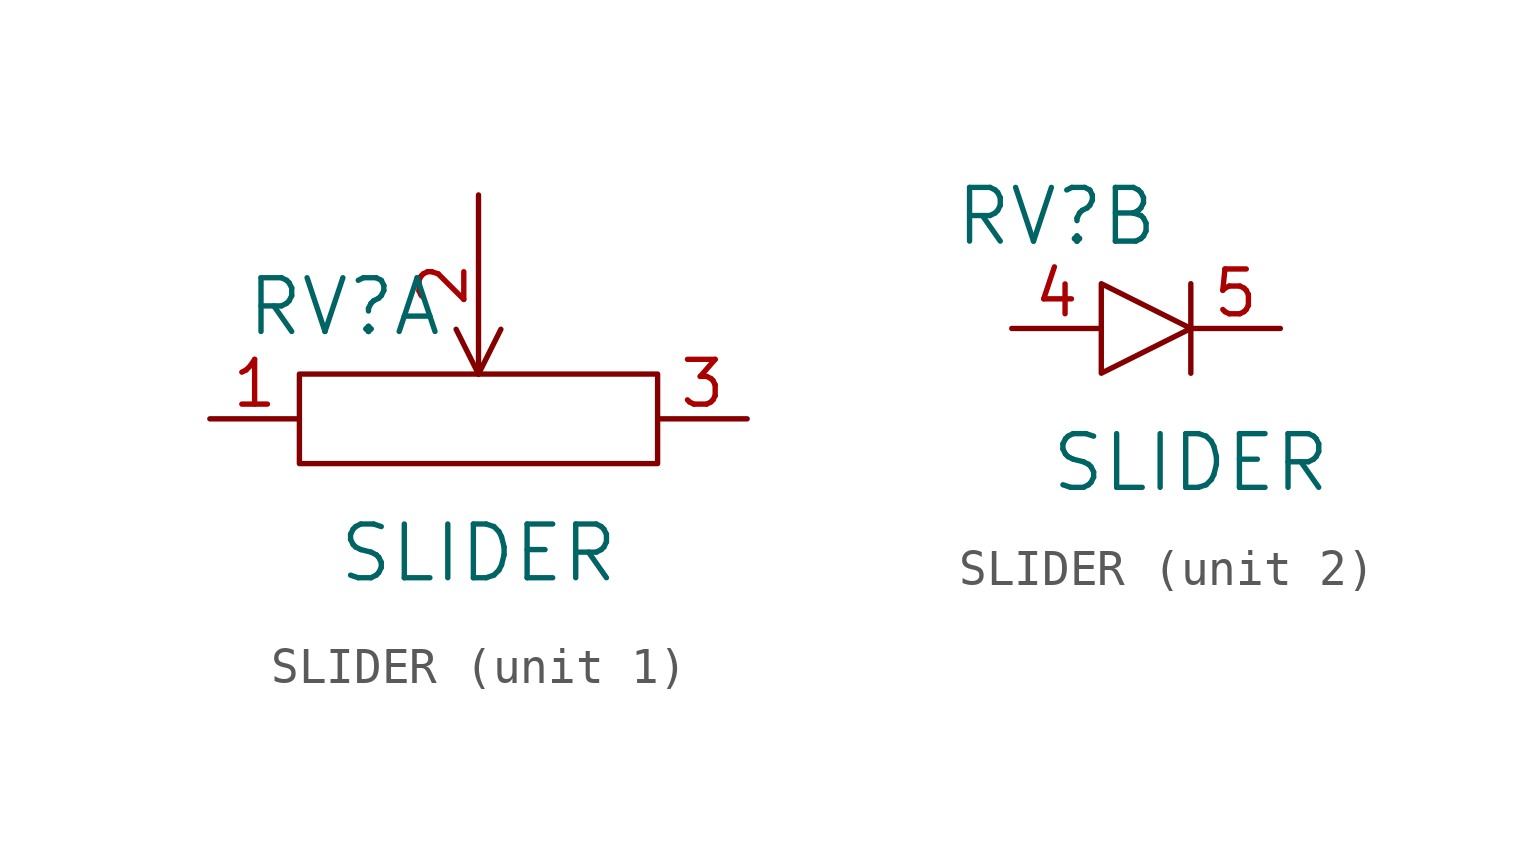
<source format=kicad_sym>
(kicad_symbol_lib
  (version 20220914)
  (generator kicad_symbol_editor)
  (symbol "SLIDER"
    (pin_names
      (offset 1.016))
    (property "Reference" "RV"
      (at -3.81 3.175 0)
      (effects (font (size 1.524 1.524))))
    (property "Value" "SLIDER"
      (at 0 -3.81 0)
      (effects (font (size 1.524 1.524))))
    (property "Footprint" ""
      (at 0 3.81 0)
      (effects (font (size 1.524 1.524))))
    (property "Datasheet" ""
      (at 0 3.81 0)
      (effects (font (size 1.524 1.524))))
    (property "ki_locked" ""
      (at 0 0 0)
      (effects (font (size 1.27 1.27))))
    (symbol "SLIDER_1_1"
      (rectangle (start -5.08 1.27) (end 5.08 -1.27) (stroke (width 0) (type default)) (fill (type none)))
      (polyline (pts (xy 0 1.27) (xy -0.635 2.54)) (stroke (width 0) (type default)) (fill (type none)))
      (polyline (pts (xy 0 1.27) (xy 0.635 2.54)) (stroke (width 0) (type default)) (fill (type none)))
      (pin input line (at -7.62 0 0) (length 2.54) (name "~" (effects (font (size 1.27 1.27)))) (number "1" (effects (font (size 1.27 1.27)))))
      (pin input line (at 0 6.35 270) (length 5.08) (name "~" (effects (font (size 1.27 1.27)))) (number "2" (effects (font (size 1.27 1.27)))))
      (pin input line (at 7.62 0 180) (length 2.54) (name "~" (effects (font (size 1.27 1.27)))) (number "3" (effects (font (size 1.27 1.27))))))
    (symbol "SLIDER_2_1"
      (polyline (pts (xy 0 1.27) (xy 0 -1.27)) (stroke (width 0) (type default)) (fill (type none)))
      (polyline (pts (xy -2.54 1.27) (xy -2.54 -1.27) (xy 0 0) (xy -2.54 1.27)) (stroke (width 0) (type default)) (fill (type none)))
      (pin passive line (at -5.08 0 0) (length 2.54) (name "~" (effects (font (size 1.27 1.27)))) (number "4" (effects (font (size 1.27 1.27)))))
      (pin passive line (at 2.54 0 180) (length 2.54) (name "~" (effects (font (size 1.27 1.27)))) (number "5" (effects (font (size 1.27 1.27))))))))
</source>
